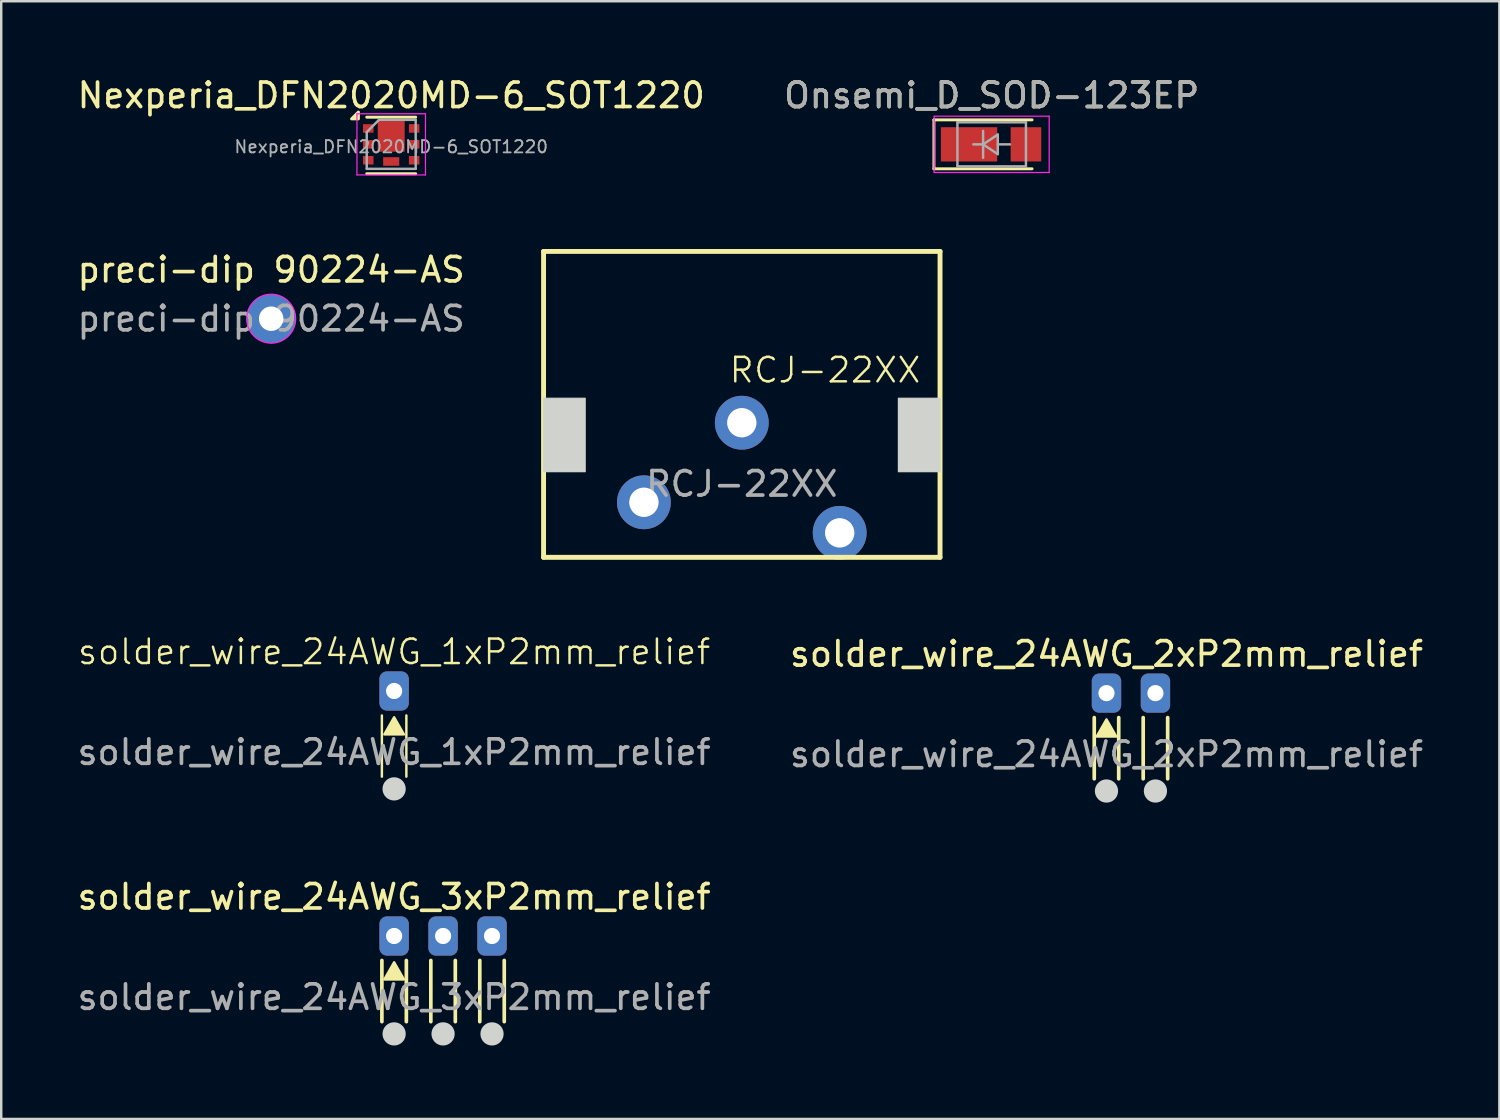
<source format=kicad_pcb>
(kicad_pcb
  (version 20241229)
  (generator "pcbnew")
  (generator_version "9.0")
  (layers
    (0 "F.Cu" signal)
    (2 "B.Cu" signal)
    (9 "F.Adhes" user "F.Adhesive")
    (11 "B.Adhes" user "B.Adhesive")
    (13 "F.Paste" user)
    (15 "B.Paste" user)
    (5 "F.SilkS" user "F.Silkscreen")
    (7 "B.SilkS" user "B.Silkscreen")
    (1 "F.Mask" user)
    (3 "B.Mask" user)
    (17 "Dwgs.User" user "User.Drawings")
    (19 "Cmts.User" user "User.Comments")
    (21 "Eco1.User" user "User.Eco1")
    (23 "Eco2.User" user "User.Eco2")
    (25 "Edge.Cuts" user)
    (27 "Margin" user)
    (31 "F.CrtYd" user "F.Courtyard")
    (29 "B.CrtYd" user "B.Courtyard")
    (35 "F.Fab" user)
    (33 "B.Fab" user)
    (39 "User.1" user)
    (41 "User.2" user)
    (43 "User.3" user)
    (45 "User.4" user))
  (footprint "preci-dip 90224-AS"
    (layer "F.Cu")
    (at 8.03 9.972)
    (property "Reference" "preci-dip 90224-AS" (at 0 -2 0) (unlocked yes) (layer "F.SilkS") (effects (font (size 1 1) (thickness 0.15))))
    (attr through_hole)
    (fp_circle (center 0 0) (end 1 0) (stroke (width 0.05) (type solid)) (fill no) (layer "F.CrtYd"))
    (fp_text user "${REFERENCE}" (at 0 0 0) (layer "F.Fab") (effects (font (size 1 1) (thickness 0.15))))
    (pad "1" thru_hole circle (at 0 0) (size 2 2) (drill 1) (layers "*.Cu" "*.Mask")))
  (footprint "Onsemi_D_SOD-123EP"
    (layer "F.Cu")
    (at 37.47 2.848)
    (property "Reference" "Onsemi_D_SOD-123EP" (at 0 -2 0) (layer "F.SilkS") (effects (font (size 1 1) (thickness 0.15))))
    (attr smd)
    (fp_line (start -2.36 -1) (end -2.36 1) (stroke (width 0.12) (type solid)) (layer "F.SilkS"))
    (fp_line (start -2.36 -1) (end 1.65 -1) (stroke (width 0.12) (type solid)) (layer "F.SilkS"))
    (fp_line (start -2.36 1) (end 1.65 1) (stroke (width 0.12) (type solid)) (layer "F.SilkS"))
    (fp_line (start -2.35 -1.15) (end -2.35 1.15) (stroke (width 0.05) (type solid)) (layer "F.CrtYd"))
    (fp_line (start -2.35 -1.15) (end 2.35 -1.15) (stroke (width 0.05) (type solid)) (layer "F.CrtYd"))
    (fp_line (start 2.35 -1.15) (end 2.35 1.15) (stroke (width 0.05) (type solid)) (layer "F.CrtYd"))
    (fp_line (start 2.35 1.15) (end -2.35 1.15) (stroke (width 0.05) (type solid)) (layer "F.CrtYd"))
    (fp_line (start -1.4 -0.9) (end 1.4 -0.9) (stroke (width 0.1) (type solid)) (layer "F.Fab"))
    (fp_line (start -1.4 0.9) (end -1.4 -0.9) (stroke (width 0.1) (type solid)) (layer "F.Fab"))
    (fp_line (start -0.75 0) (end -0.35 0) (stroke (width 0.1) (type solid)) (layer "F.Fab"))
    (fp_line (start -0.35 0) (end -0.35 -0.55) (stroke (width 0.1) (type solid)) (layer "F.Fab"))
    (fp_line (start -0.35 0) (end -0.35 0.55) (stroke (width 0.1) (type solid)) (layer "F.Fab"))
    (fp_line (start -0.35 0) (end 0.25 -0.4) (stroke (width 0.1) (type solid)) (layer "F.Fab"))
    (fp_line (start 0.25 -0.4) (end 0.25 0.4) (stroke (width 0.1) (type solid)) (layer "F.Fab"))
    (fp_line (start 0.25 0) (end 0.75 0) (stroke (width 0.1) (type solid)) (layer "F.Fab"))
    (fp_line (start 0.25 0.4) (end -0.35 0) (stroke (width 0.1) (type solid)) (layer "F.Fab"))
    (fp_line (start 1.4 -0.9) (end 1.4 0.9) (stroke (width 0.1) (type solid)) (layer "F.Fab"))
    (fp_line (start 1.4 0.9) (end -1.4 0.9) (stroke (width 0.1) (type solid)) (layer "F.Fab"))
    (fp_text user "${REFERENCE}" (at 0 -2 0) (layer "F.Fab") (effects (font (size 1 1) (thickness 0.15))))
    (pad "1" smd rect (at -0.925 0) (size 2.3 1.4) (layers "F.Cu" "F.Mask" "F.Paste"))
    (pad "2" smd rect (at 1.4 0) (size 1.25 1.4) (layers "F.Cu" "F.Mask" "F.Paste")))
  (footprint "solder_wire_24AWG_2xP2mm_relief"
    (layer "F.Cu")
    (at 42.161 25.271)
    (property "Reference" "solder_wire_24AWG_2xP2mm_relief" (at 0 -1.6 0) (unlocked yes) (layer "F.SilkS") (effects (font (size 1 1) (thickness 0.15))))
    (attr through_hole)
    (fp_line (start -0.5 1) (end -0.5 3.5) (stroke (width 0.15) (type default)) (layer "F.SilkS"))
    (fp_line (start 0.5 1) (end 0.5 3.5) (stroke (width 0.15) (type default)) (layer "F.SilkS"))
    (fp_line (start 1.5 1) (end 1.5 3.5) (stroke (width 0.15) (type default)) (layer "F.SilkS"))
    (fp_line (start 2.5 1) (end 2.5 3.5) (stroke (width 0.15) (type default)) (layer "F.SilkS"))
    (fp_poly (pts (xy -0.4 1.774) (xy 0.4 1.774) (xy 0 1.074)) (stroke (width 0.1) (type solid)) (fill yes) (layer "F.SilkS"))
    (fp_circle (center 0 4) (end 0.45 4) (stroke (width 0.05) (type solid)) (fill yes) (layer "Edge.Cuts"))
    (fp_circle (center 2 4) (end 2.45 4) (stroke (width 0.05) (type solid)) (fill yes) (layer "Edge.Cuts"))
    (fp_text user "${REFERENCE}" (at 0 2.5 0) (unlocked yes) (layer "F.Fab") (effects (font (size 1 1) (thickness 0.15))))
    (pad "1" thru_hole roundrect (at 0 0) (size 1.2 1.6) (drill 0.66) (layers "*.Cu" "*.Mask") (roundrect_rratio 0.25))
    (pad "2" thru_hole roundrect (at 2 0) (size 1.2 1.6) (drill 0.66) (layers "*.Cu" "*.Mask") (roundrect_rratio 0.25)))
  (footprint "RCJ-22XX"
    (layer "F.Cu")
    (at 27.26 14.223)
    (property "Reference" "RCJ-22XX" (at 3.4 -2.15 0) (unlocked yes) (layer "F.SilkS") (effects (font (size 1 1) (thickness 0.1))))
    (attr through_hole)
    (fp_line (start -8.1 -7) (end -8.1 5.5) (stroke (width 0.2) (type default)) (layer "F.SilkS"))
    (fp_line (start -8.1 -7) (end 8.1 -7) (stroke (width 0.2) (type default)) (layer "F.SilkS"))
    (fp_line (start 8.1 -7) (end 8.1 5.5) (stroke (width 0.2) (type default)) (layer "F.SilkS"))
    (fp_line (start 8.1 5.5) (end -8.1 5.5) (stroke (width 0.2) (type default)) (layer "F.SilkS"))
    (fp_rect (start -8.1 -1) (end -6.4 2) (stroke (width 0.05) (type solid)) (fill yes) (layer "Edge.Cuts"))
    (fp_rect (start 6.4 -1) (end 8.1 2) (stroke (width 0.05) (type solid)) (fill yes) (layer "Edge.Cuts"))
    (fp_text user "${REFERENCE}" (at 0 2.5 0) (unlocked yes) (layer "F.Fab") (effects (font (size 1 1) (thickness 0.15))))
    (pad "1" thru_hole circle (at 4 4.5) (size 2.2 2.2) (drill 1.2) (layers "*.Cu" "*.Mask"))
    (pad "2" thru_hole circle (at -4 3.25) (size 2.2 2.2) (drill 1.2) (layers "*.Cu" "*.Mask"))
    (pad "3" thru_hole circle (at 0 0) (size 2.2 2.2) (drill 1.2) (layers "*.Cu" "*.Mask")))
  (footprint "solder_wire_24AWG_3xP2mm_relief"
    (layer "F.Cu")
    (at 13.054 35.195)
    (property "Reference" "solder_wire_24AWG_3xP2mm_relief" (at 0 -1.6 0) (unlocked yes) (layer "F.SilkS") (effects (font (size 1 1) (thickness 0.15))))
    (attr through_hole)
    (fp_line (start -0.5 1) (end -0.5 3.5) (stroke (width 0.15) (type default)) (layer "F.SilkS"))
    (fp_line (start 0.5 1) (end 0.5 3.5) (stroke (width 0.15) (type default)) (layer "F.SilkS"))
    (fp_line (start 1.5 1) (end 1.5 3.5) (stroke (width 0.15) (type default)) (layer "F.SilkS"))
    (fp_line (start 2.5 1) (end 2.5 3.5) (stroke (width 0.15) (type default)) (layer "F.SilkS"))
    (fp_line (start 3.5 1) (end 3.5 3.5) (stroke (width 0.15) (type default)) (layer "F.SilkS"))
    (fp_line (start 4.5 1) (end 4.5 3.5) (stroke (width 0.15) (type default)) (layer "F.SilkS"))
    (fp_poly (pts (xy -0.4 1.774) (xy 0.4 1.774) (xy 0 1.074)) (stroke (width 0.1) (type solid)) (fill yes) (layer "F.SilkS"))
    (fp_circle (center 0 4) (end 0.45 4) (stroke (width 0.05) (type solid)) (fill yes) (layer "Edge.Cuts"))
    (fp_circle (center 2 4) (end 2.45 4) (stroke (width 0.05) (type solid)) (fill yes) (layer "Edge.Cuts"))
    (fp_circle (center 4 4) (end 4.45 4) (stroke (width 0.05) (type solid)) (fill yes) (layer "Edge.Cuts"))
    (fp_text user "${REFERENCE}" (at 0 2.5 0) (unlocked yes) (layer "F.Fab") (effects (font (size 1 1) (thickness 0.15))))
    (pad "1" thru_hole roundrect (at 0 0) (size 1.2 1.6) (drill 0.66) (layers "*.Cu" "*.Mask") (roundrect_rratio 0.25))
    (pad "2" thru_hole roundrect (at 2 0) (size 1.2 1.6) (drill 0.66) (layers "*.Cu" "*.Mask") (roundrect_rratio 0.25))
    (pad "3" thru_hole roundrect (at 4 0) (size 1.2 1.6) (drill 0.66) (layers "*.Cu" "*.Mask") (roundrect_rratio 0.25)))
  (footprint "solder_wire_24AWG_1xP2mm_relief"
    (layer "F.Cu")
    (at 13.054 25.184)
    (property "Reference" "solder_wire_24AWG_1xP2mm_relief" (at 0 -1.6 0) (unlocked yes) (layer "F.SilkS") (effects (font (size 1 1) (thickness 0.1))))
    (attr through_hole)
    (fp_line (start -0.5 1) (end -0.5 3.5) (stroke (width 0.1) (type default)) (layer "F.SilkS"))
    (fp_line (start 0.5 1) (end 0.5 3.5) (stroke (width 0.1) (type default)) (layer "F.SilkS"))
    (fp_poly (pts (xy -0.4 1.774) (xy 0.4 1.774) (xy 0 1.074)) (stroke (width 0.1) (type solid)) (fill yes) (layer "F.SilkS"))
    (fp_circle (center 0 4) (end 0.45 4) (stroke (width 0.05) (type solid)) (fill yes) (layer "Edge.Cuts"))
    (fp_text user "${REFERENCE}" (at 0 2.5 0) (unlocked yes) (layer "F.Fab") (effects (font (size 1 1) (thickness 0.15))))
    (pad "1" thru_hole roundrect (at 0 0) (size 1.2 1.6) (drill 0.66) (layers "*.Cu" "*.Mask") (roundrect_rratio 0.25)))
  (footprint "Nexperia_DFN2020MD-6_SOT1220"
    (layer "F.Cu")
    (at 12.935 2.848)
    (property "Reference" "Nexperia_DFN2020MD-6_SOT1220" (at 0 -2 0) (layer "F.SilkS") (effects (font (size 1 1) (thickness 0.15))))
    (attr smd)
    (fp_line (start 1 -1.11) (end -1 -1.11) (stroke (width 0.12) (type solid)) (layer "F.SilkS"))
    (fp_line (start 1 1.2) (end -1 1.2) (stroke (width 0.12) (type solid)) (layer "F.SilkS"))
    (fp_poly (pts (xy -1.34 -1.04) (xy -1.62 -1.04) (xy -1.34 -1.32) (xy -1.34 -1.04)) (stroke (width 0.12) (type solid)) (fill yes) (layer "F.SilkS"))
    (fp_line (start -1.4 -1.25) (end -1.4 1.25) (stroke (width 0.05) (type solid)) (layer "F.CrtYd"))
    (fp_line (start -1.4 1.25) (end 1.4 1.25) (stroke (width 0.05) (type solid)) (layer "F.CrtYd"))
    (fp_line (start 1.4 -1.25) (end -1.4 -1.25) (stroke (width 0.05) (type solid)) (layer "F.CrtYd"))
    (fp_line (start 1.4 1.25) (end 1.4 -1.25) (stroke (width 0.05) (type solid)) (layer "F.CrtYd"))
    (fp_line (start -1 1) (end -1 -0.5) (stroke (width 0.1) (type solid)) (layer "F.Fab"))
    (fp_line (start -0.5 -1) (end -1 -0.5) (stroke (width 0.1) (type solid)) (layer "F.Fab"))
    (fp_line (start -0.5 -1) (end 1 -1) (stroke (width 0.1) (type solid)) (layer "F.Fab"))
    (fp_line (start 1 -1) (end 1 1) (stroke (width 0.1) (type solid)) (layer "F.Fab"))
    (fp_line (start 1 1) (end -1 1) (stroke (width 0.1) (type solid)) (layer "F.Fab"))
    (fp_text user "${REFERENCE}" (at 0 0.1 0) (layer "F.Fab") (effects (font (size 0.5 0.5) (thickness 0.075))))
    (pad "1" smd rect (at -0.938 -0.65) (size 0.43 0.35) (layers "F.Cu" "F.Mask" "F.Paste"))
    (pad "2" smd rect (at -0.938 0) (size 0.43 0.35) (layers "F.Cu" "F.Mask" "F.Paste"))
    (pad "3" smd rect (at -0.938 0.65) (size 0.43 0.35) (layers "F.Cu" "F.Mask" "F.Paste"))
    (pad "4" smd rect (at 0.938 0.65) (size 0.43 0.35) (layers "F.Cu" "F.Mask" "F.Paste"))
    (pad "5" smd rect (at 0.938 0) (size 0.43 0.35) (layers "F.Cu" "F.Mask" "F.Paste"))
    (pad "6" smd rect (at 0.938 -0.65) (size 0.43 0.35) (layers "F.Cu" "F.Mask" "F.Paste"))
    (pad "7" smd rect (at 0 -0.325) (size 1.1 1.25) (layers "F.Cu" "F.Mask" "F.Paste"))
    (pad "8" smd rect (at 0 0.7) (size 0.66 0.35) (layers "F.Cu" "F.Mask" "F.Paste")))
  (gr_rect
    (start -3 -3)
    (end 58.214 42.67)
    (stroke (width 0.1) (type default))
    (fill no)
    (layer "Edge.Cuts")))
</source>
